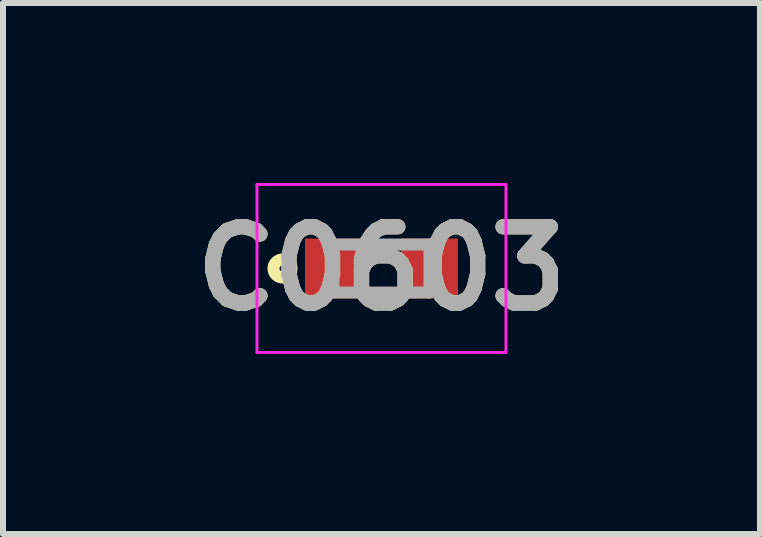
<source format=kicad_pcb>
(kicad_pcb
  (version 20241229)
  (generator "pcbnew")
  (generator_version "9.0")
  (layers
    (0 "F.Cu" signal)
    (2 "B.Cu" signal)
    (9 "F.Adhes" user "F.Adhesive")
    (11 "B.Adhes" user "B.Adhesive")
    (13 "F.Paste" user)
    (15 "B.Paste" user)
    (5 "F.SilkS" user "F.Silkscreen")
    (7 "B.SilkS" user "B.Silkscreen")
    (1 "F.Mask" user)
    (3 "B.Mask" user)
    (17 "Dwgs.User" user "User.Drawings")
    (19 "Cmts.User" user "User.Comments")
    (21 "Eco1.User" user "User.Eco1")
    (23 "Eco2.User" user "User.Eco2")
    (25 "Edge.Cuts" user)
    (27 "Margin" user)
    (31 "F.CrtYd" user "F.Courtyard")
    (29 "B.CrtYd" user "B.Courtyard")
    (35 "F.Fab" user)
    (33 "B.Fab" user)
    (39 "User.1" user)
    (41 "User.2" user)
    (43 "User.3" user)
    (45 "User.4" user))
  (footprint "C0603"
    (layer "F.Cu")
    (at 3.308 1.425)
    (property "Reference" "C0603" (at 0 0 0) (layer "F.SilkS") (effects (font (size 1.27 1.27) (thickness 0.254))))
    (attr smd)
    (fp_circle (center -1.65 0) (end -1.65 0.05) (stroke (width 0.2) (type solid)) (fill no) (layer "F.SilkS"))
    (fp_line (start -2.075 -1.4) (end 2.075 -1.4) (stroke (width 0.05) (type solid)) (layer "F.CrtYd"))
    (fp_line (start -2.075 1.4) (end -2.075 -1.4) (stroke (width 0.05) (type solid)) (layer "F.CrtYd"))
    (fp_line (start 2.075 -1.4) (end 2.075 1.4) (stroke (width 0.05) (type solid)) (layer "F.CrtYd"))
    (fp_line (start 2.075 1.4) (end -2.075 1.4) (stroke (width 0.05) (type solid)) (layer "F.CrtYd"))
    (fp_line (start -0.8 -0.4) (end 0.8 -0.4) (stroke (width 0.2) (type solid)) (layer "F.Fab"))
    (fp_line (start -0.8 0.4) (end -0.8 -0.4) (stroke (width 0.2) (type solid)) (layer "F.Fab"))
    (fp_line (start 0.8 -0.4) (end 0.8 0.4) (stroke (width 0.2) (type solid)) (layer "F.Fab"))
    (fp_line (start 0.8 0.4) (end -0.8 0.4) (stroke (width 0.2) (type solid)) (layer "F.Fab"))
    (fp_text user "${REFERENCE}" (at 0 0 0) (layer "F.Fab") (effects (font (size 1.27 1.27) (thickness 0.254))))
    (pad "1" smd rect (at -0.8 0) (size 0.95 1) (layers "F.Cu" "F.Mask" "F.Paste"))
    (pad "2" smd rect (at 0.8 0) (size 0.95 1) (layers "F.Cu" "F.Mask" "F.Paste")))
  (gr_rect
    (start -3 -3)
    (end 9.616 5.85)
    (stroke (width 0.1) (type default))
    (fill no)
    (layer "Edge.Cuts")))
</source>
